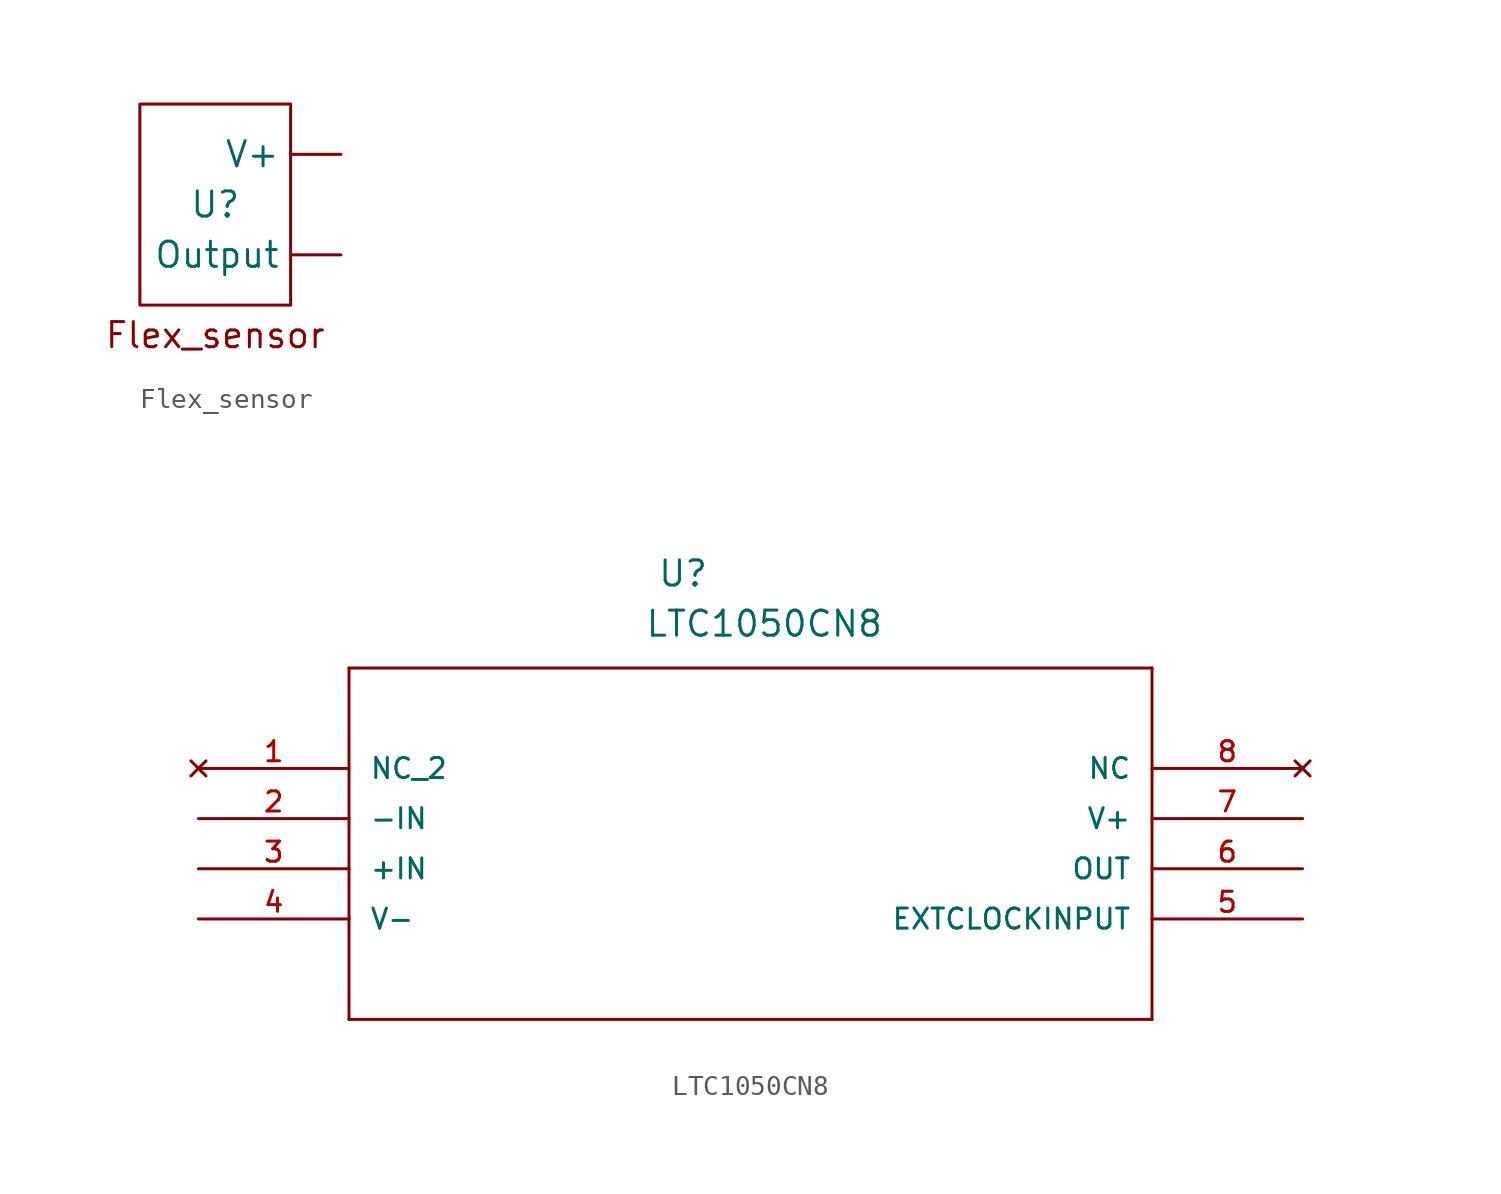
<source format=kicad_sym>
(kicad_symbol_lib
  (version 20241209)
  (generator "kicad_symbol_editor")
  (generator_version "9.0")
  (symbol "Flex_sensor"
    (property "Reference" "U"
      (at 0 0 0)
      (effects (font (size 1.27 1.27))))
    (property "Value" ""
      (at 0 0 0)
      (effects (font (size 1.27 1.27))))
    (symbol "Flex_sensor_0_1"
      (rectangle (start -3.81 5.08) (end 3.81 -5.08) (stroke (width 0) (type default)) (fill (type none))))
    (symbol "Flex_sensor_1_1"
      (text "Flex_sensor" (at 0 -6.604 0) (effects (font (size 1.27 1.27))))
      (pin input line (at 6.35 2.54 180) (length 2.54) (name "V+" (effects (font (size 1.27 1.27)))) (number "" (effects (font (size 1.27 1.27)))))
      (pin output line (at 6.35 -2.54 180) (length 2.54) (name "Output" (effects (font (size 1.27 1.27)))) (number "" (effects (font (size 1.27 1.27)))))))
  (symbol "LTC1050CN8"
    (pin_names
      (offset 1.016))
    (property "Reference" "U"
      (at 23.216 9.119 0)
      (effects (font (size 1.27 1.27)) (justify left bottom)))
    (property "Value" "LTC1050CN8"
      (at 22.581 6.579 0)
      (effects (font (size 1.27 1.27)) (justify left bottom)))
    (symbol "LTC1050CN8_0_0"
      (polyline (pts (xy 7.62 5.08) (xy 7.62 -12.7)) (stroke (width 0.152) (type default)) (fill (type none)))
      (polyline (pts (xy 7.62 -12.7) (xy 48.26 -12.7)) (stroke (width 0.152) (type default)) (fill (type none)))
      (polyline (pts (xy 48.26 5.08) (xy 7.62 5.08)) (stroke (width 0.152) (type default)) (fill (type none)))
      (polyline (pts (xy 48.26 -12.7) (xy 48.26 5.08)) (stroke (width 0.152) (type default)) (fill (type none)))
      (pin no_connect line (at 0 0 0) (length 7.62) (name "NC_2" (effects (font (size 1.016 1.016)))) (number "1" (effects (font (size 1.016 1.016)))))
      (pin input line (at 0 -2.54 0) (length 7.62) (name "-IN" (effects (font (size 1.016 1.016)))) (number "2" (effects (font (size 1.016 1.016)))))
      (pin input line (at 0 -5.08 0) (length 7.62) (name "+IN" (effects (font (size 1.016 1.016)))) (number "3" (effects (font (size 1.016 1.016)))))
      (pin power_in line (at 0 -7.62 0) (length 7.62) (name "V-" (effects (font (size 1.016 1.016)))) (number "4" (effects (font (size 1.016 1.016)))))
      (pin no_connect line (at 55.88 0 180) (length 7.62) (name "NC" (effects (font (size 1.016 1.016)))) (number "8" (effects (font (size 1.016 1.016)))))
      (pin power_in line (at 55.88 -2.54 180) (length 7.62) (name "V+" (effects (font (size 1.016 1.016)))) (number "7" (effects (font (size 1.016 1.016)))))
      (pin output line (at 55.88 -5.08 180) (length 7.62) (name "OUT" (effects (font (size 1.016 1.016)))) (number "6" (effects (font (size 1.016 1.016)))))
      (pin input line (at 55.88 -7.62 180) (length 7.62) (name "EXTCLOCKINPUT" (effects (font (size 1.016 1.016)))) (number "5" (effects (font (size 1.016 1.016))))))))
</source>
